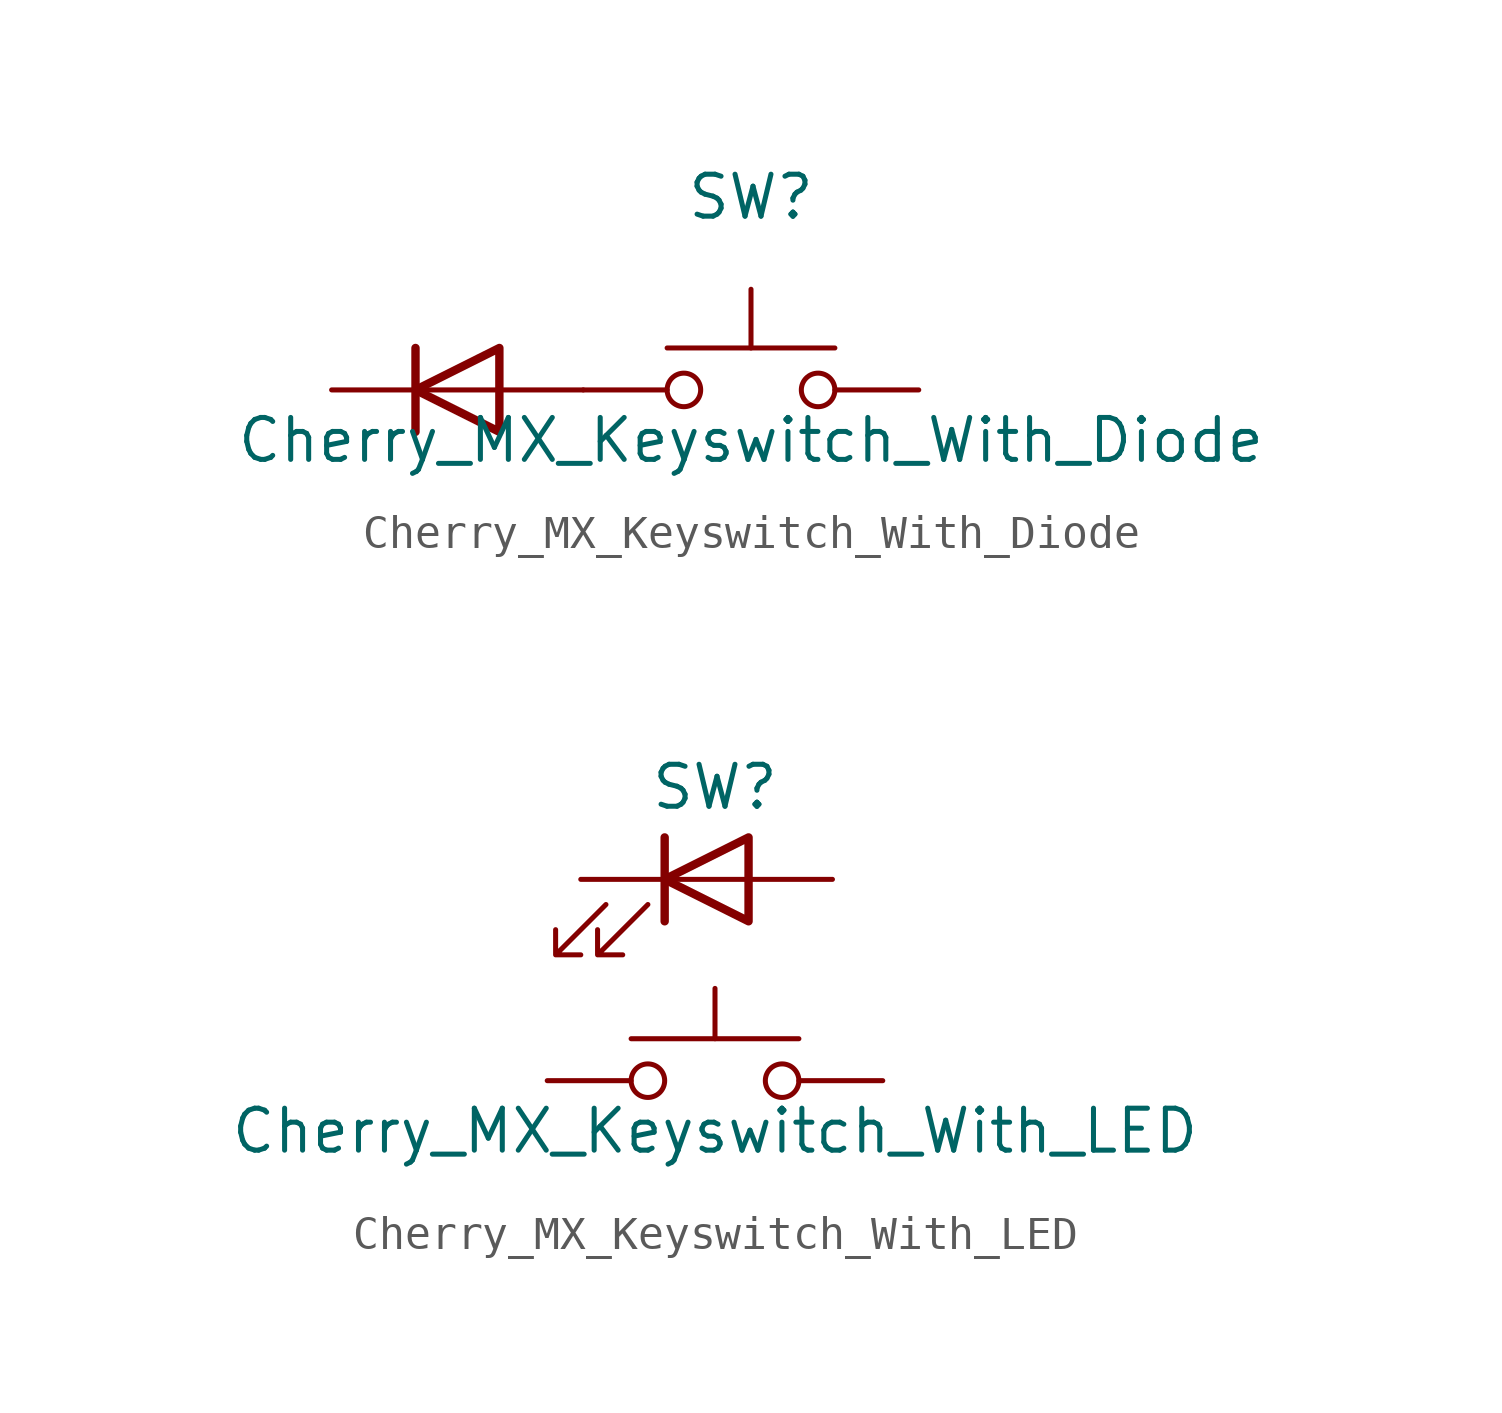
<source format=kicad_sym>
(kicad_symbol_lib
  (version 20211014)
  (generator kicad_symbol_editor)
  (symbol "Cherry_MX_Keyswitch_With_Diode"
    (pin_numbers hide)
    (pin_names
      (offset 1.016) hide)
    (property "Reference" "SW"
      (at 0 5.842 0)
      (effects (font (size 1.27 1.27))))
    (property "Value" "Cherry_MX_Keyswitch_With_Diode"
      (at 0 -1.524 0)
      (effects (font (size 1.27 1.27))))
    (symbol "Cherry_MX_Keyswitch_With_Diode_0_1"
      (circle (center -2.032 0) (radius 0.508) (stroke (width 0) (type default) (color 0 0 0 0)) (fill (type none)))
      (polyline (pts (xy -10.16 1.27) (xy -10.16 -1.27)) (stroke (width 0.254) (type default) (color 0 0 0 0)) (fill (type none)))
      (polyline (pts (xy -7.62 0) (xy -10.16 0)) (stroke (width 0) (type default) (color 0 0 0 0)) (fill (type none)))
      (polyline (pts (xy 0 1.27) (xy 0 3.048)) (stroke (width 0) (type default) (color 0 0 0 0)) (fill (type none)))
      (polyline (pts (xy 2.54 1.27) (xy -2.54 1.27)) (stroke (width 0) (type default) (color 0 0 0 0)) (fill (type none)))
      (polyline (pts (xy -7.62 1.27) (xy -7.62 -1.27) (xy -10.16 0) (xy -7.62 1.27)) (stroke (width 0.254) (type default) (color 0 0 0 0)) (fill (type none)))
      (circle (center 2.032 0) (radius 0.508) (stroke (width 0) (type default) (color 0 0 0 0)) (fill (type none)))
      (pin passive line (at -5.08 0 0) (length 2.54) (name "1" (effects (font (size 1.27 1.27)))) (number "1" (effects (font (size 1.27 1.27)))))
      (pin passive line (at 5.08 0 180) (length 2.54) (name "2" (effects (font (size 1.27 1.27)))) (number "2" (effects (font (size 1.27 1.27))))))
    (symbol "Cherry_MX_Keyswitch_With_Diode_1_1"
      (pin passive line (at -12.7 0 0) (length 2.54) (name "C" (effects (font (size 1.27 1.27)))) (number "3" (effects (font (size 1.27 1.27)))))
      (pin passive line (at -5.08 0 180) (length 2.54) (name "A" (effects (font (size 1.27 1.27)))) (number "4" (effects (font (size 1.27 1.27)))))))
  (symbol "Cherry_MX_Keyswitch_With_LED"
    (pin_numbers hide)
    (pin_names
      (offset 1.016) hide)
    (property "Reference" "SW"
      (at 0 8.89 0)
      (effects (font (size 1.27 1.27))))
    (property "Value" "Cherry_MX_Keyswitch_With_LED"
      (at 0 -1.524 0)
      (effects (font (size 1.27 1.27))))
    (symbol "Cherry_MX_Keyswitch_With_LED_0_1"
      (circle (center -2.032 0) (radius 0.508) (stroke (width 0) (type default) (color 0 0 0 0)) (fill (type none)))
      (polyline (pts (xy -1.524 4.826) (xy -1.524 7.366)) (stroke (width 0.254) (type default) (color 0 0 0 0)) (fill (type none)))
      (polyline (pts (xy -1.524 6.096) (xy 1.016 6.096)) (stroke (width 0) (type default) (color 0 0 0 0)) (fill (type none)))
      (polyline (pts (xy 0 1.27) (xy 0 2.794)) (stroke (width 0.152) (type default) (color 0 0 0 0)) (fill (type none)))
      (polyline (pts (xy 2.54 1.27) (xy -2.54 1.27)) (stroke (width 0) (type default) (color 0 0 0 0)) (fill (type none)))
      (polyline (pts (xy 1.016 4.826) (xy 1.016 7.366) (xy -1.524 6.096) (xy 1.016 4.826)) (stroke (width 0.254) (type default) (color 0 0 0 0)) (fill (type none)))
      (polyline (pts (xy -3.302 5.334) (xy -4.826 3.81) (xy -4.064 3.81) (xy -4.826 3.81) (xy -4.826 4.572)) (stroke (width 0) (type default) (color 0 0 0 0)) (fill (type none)))
      (polyline (pts (xy -2.032 5.334) (xy -3.556 3.81) (xy -2.794 3.81) (xy -3.556 3.81) (xy -3.556 4.572)) (stroke (width 0) (type default) (color 0 0 0 0)) (fill (type none)))
      (circle (center 2.032 0) (radius 0.508) (stroke (width 0) (type default) (color 0 0 0 0)) (fill (type none)))
      (pin passive line (at -5.08 0 0) (length 2.54) (name "1" (effects (font (size 1.27 1.27)))) (number "1" (effects (font (size 1.27 1.27)))))
      (pin passive line (at 5.08 0 180) (length 2.54) (name "2" (effects (font (size 1.27 1.27)))) (number "2" (effects (font (size 1.27 1.27))))))
    (symbol "Cherry_MX_Keyswitch_With_LED_1_1"
      (pin passive line (at 3.556 6.096 180) (length 2.54) (name "A" (effects (font (size 1.27 1.27)))) (number "3" (effects (font (size 1.27 1.27)))))
      (pin passive line (at -4.064 6.096 0) (length 2.54) (name "C" (effects (font (size 1.27 1.27)))) (number "4" (effects (font (size 1.27 1.27))))))))
</source>
